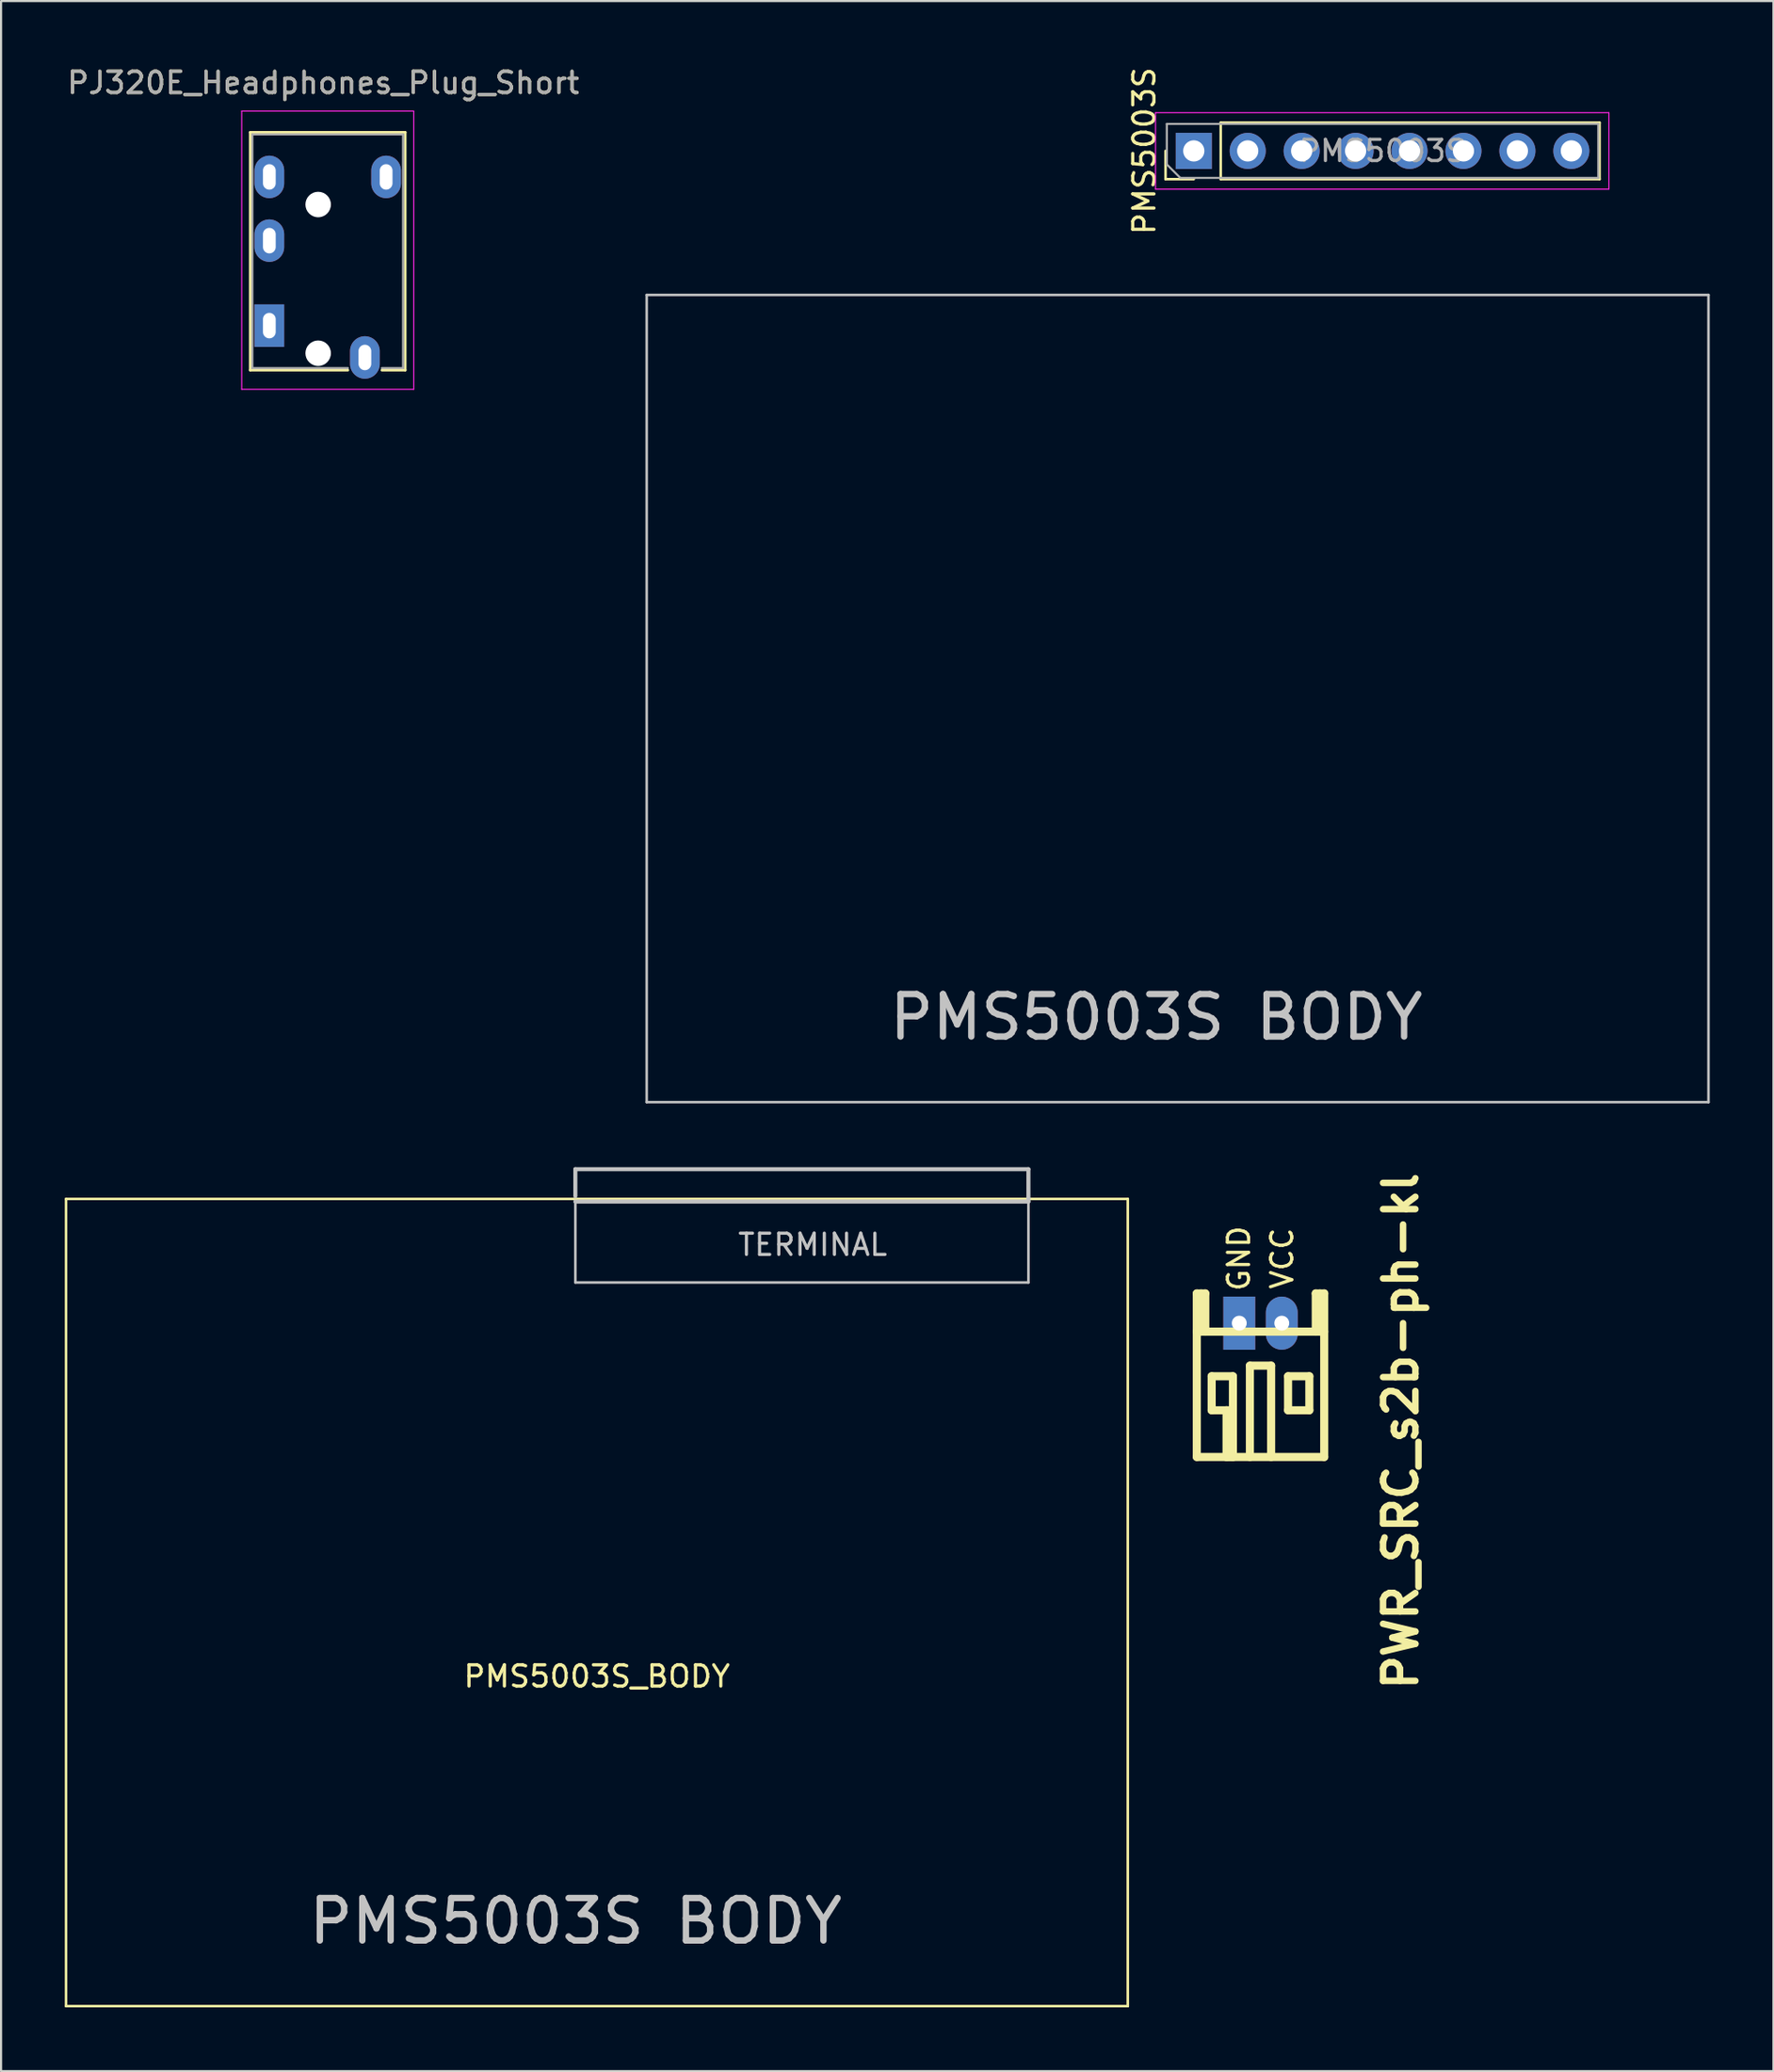
<source format=kicad_pcb>
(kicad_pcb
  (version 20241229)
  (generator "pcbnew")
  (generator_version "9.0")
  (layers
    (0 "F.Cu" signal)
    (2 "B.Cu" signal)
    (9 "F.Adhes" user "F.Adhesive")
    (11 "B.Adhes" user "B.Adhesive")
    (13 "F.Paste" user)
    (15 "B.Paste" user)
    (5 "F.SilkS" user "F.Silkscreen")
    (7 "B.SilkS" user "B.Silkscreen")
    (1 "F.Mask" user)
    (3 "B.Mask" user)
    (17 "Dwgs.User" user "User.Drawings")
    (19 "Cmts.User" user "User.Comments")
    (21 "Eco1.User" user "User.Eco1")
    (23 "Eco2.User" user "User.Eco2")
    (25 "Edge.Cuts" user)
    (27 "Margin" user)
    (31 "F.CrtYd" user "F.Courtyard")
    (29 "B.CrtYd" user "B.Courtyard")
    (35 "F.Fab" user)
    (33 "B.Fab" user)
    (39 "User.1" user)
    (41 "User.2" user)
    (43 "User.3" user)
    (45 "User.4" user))
  (footprint "PWR_SRC_s2b-ph-kl"
    (layer "F.Cu")
    (at 56.31 59.239)
    (property "Reference" "PWR_SRC_s2b-ph-kl" (at 6.604 5.08 270) (layer "F.SilkS") (effects (font (size 1.524 1.524) (thickness 0.305))))
    (attr through_hole)
    (fp_line (start -3 -1.4) (end -3 6.299) (stroke (width 0.381) (type solid)) (layer "F.SilkS"))
    (fp_line (start -3 6.299) (end 3 6.299) (stroke (width 0.381) (type solid)) (layer "F.SilkS"))
    (fp_line (start -2.799 -1.4) (end -2.799 0.399) (stroke (width 0.381) (type solid)) (layer "F.SilkS"))
    (fp_line (start -2.601 -1.4) (end -3 -1.4) (stroke (width 0.381) (type solid)) (layer "F.SilkS"))
    (fp_line (start -2.601 0.399) (end -2.601 -1.4) (stroke (width 0.381) (type solid)) (layer "F.SilkS"))
    (fp_line (start -2.301 2.499) (end -1.3 2.499) (stroke (width 0.381) (type solid)) (layer "F.SilkS"))
    (fp_line (start -2.301 4.1) (end -2.301 2.499) (stroke (width 0.381) (type solid)) (layer "F.SilkS"))
    (fp_line (start -1.6 6.299) (end -1.6 4.1) (stroke (width 0.381) (type solid)) (layer "F.SilkS"))
    (fp_line (start -1.3 2.499) (end -1.3 4.1) (stroke (width 0.381) (type solid)) (layer "F.SilkS"))
    (fp_line (start -1.3 4.1) (end -2.301 4.1) (stroke (width 0.381) (type solid)) (layer "F.SilkS"))
    (fp_line (start -1.3 4.1) (end -1.3 6.299) (stroke (width 0.381) (type solid)) (layer "F.SilkS"))
    (fp_line (start -1.3 6.299) (end -1.6 6.299) (stroke (width 0.381) (type solid)) (layer "F.SilkS"))
    (fp_line (start -0.5 1.999) (end -0.5 6.299) (stroke (width 0.381) (type solid)) (layer "F.SilkS"))
    (fp_line (start 0.5 1.999) (end -0.5 1.999) (stroke (width 0.381) (type solid)) (layer "F.SilkS"))
    (fp_line (start 0.5 1.999) (end 0.5 6.299) (stroke (width 0.381) (type solid)) (layer "F.SilkS"))
    (fp_line (start 1.298 2.499) (end 2.299 2.499) (stroke (width 0.381) (type solid)) (layer "F.SilkS"))
    (fp_line (start 1.298 4.1) (end 1.298 2.499) (stroke (width 0.381) (type solid)) (layer "F.SilkS"))
    (fp_line (start 2.299 2.499) (end 2.299 4.1) (stroke (width 0.381) (type solid)) (layer "F.SilkS"))
    (fp_line (start 2.299 4.1) (end 1.298 4.1) (stroke (width 0.381) (type solid)) (layer "F.SilkS"))
    (fp_line (start 2.601 -1.4) (end 2.601 0.399) (stroke (width 0.381) (type solid)) (layer "F.SilkS"))
    (fp_line (start 2.799 -1.4) (end 2.799 0.399) (stroke (width 0.381) (type solid)) (layer "F.SilkS"))
    (fp_line (start 3 -1.4) (end 2.601 -1.4) (stroke (width 0.381) (type solid)) (layer "F.SilkS"))
    (fp_line (start 3 0.399) (end -3 0.399) (stroke (width 0.381) (type solid)) (layer "F.SilkS"))
    (fp_line (start 3 6.299) (end 3 -1.4) (stroke (width 0.381) (type solid)) (layer "F.SilkS"))
    (fp_text user "GND" (at -1.016 -3.048 90) (layer "F.SilkS") (effects (font (size 1 1) (thickness 0.15))))
    (fp_text user "VCC" (at 1.016 -3.048 90) (layer "F.SilkS") (effects (font (size 1 1) (thickness 0.15))))
    (pad "1" thru_hole rect (at -1.001 0) (size 1.5 2.5) (drill 0.701) (layers "*.Cu" "*.Mask"))
    (pad "2" thru_hole oval (at 1.001 0) (size 1.5 2.5) (drill 0.701) (layers "*.Cu" "*.Mask")))
  (footprint "PMS5003S_BODY"
    (layer "F.Cu")
    (at 25.06 77.39)
    (property "Reference" "PMS5003S_BODY" (at 0 -1.524 180) (layer "F.SilkS") (effects (font (size 1 1) (thickness 0.15))))
    (attr through_hole)
    (fp_line (start -25 -24) (end -25 14) (stroke (width 0.12) (type solid)) (layer "F.SilkS"))
    (fp_line (start -25 -24) (end 25 -24) (stroke (width 0.12) (type solid)) (layer "F.SilkS"))
    (fp_line (start -25 14) (end 25 14) (stroke (width 0.12) (type solid)) (layer "F.SilkS"))
    (fp_line (start 25 -24) (end 25 14) (stroke (width 0.12) (type solid)) (layer "F.SilkS"))
    (fp_line (start -1.016 -25.4) (end 20.32 -25.4) (stroke (width 0.191) (type solid)) (layer "Dwgs.User"))
    (fp_line (start -1.016 -24.13) (end -1.016 -25.4) (stroke (width 0.191) (type solid)) (layer "Dwgs.User"))
    (fp_line (start -1.016 -23.876) (end -1.016 -20.066) (stroke (width 0.12) (type solid)) (layer "Dwgs.User"))
    (fp_line (start -1.016 -20.066) (end 20.32 -20.066) (stroke (width 0.12) (type solid)) (layer "Dwgs.User"))
    (fp_line (start 20.32 -25.4) (end 20.32 -23.876) (stroke (width 0.191) (type solid)) (layer "Dwgs.User"))
    (fp_line (start 20.32 -23.876) (end -1.016 -23.876) (stroke (width 0.191) (type solid)) (layer "Dwgs.User"))
    (fp_line (start 20.32 -20.066) (end 20.32 -23.876) (stroke (width 0.12) (type solid)) (layer "Dwgs.User"))
    (fp_text user "TERMINAL" (at 10.16 -21.844 0) (layer "Dwgs.User") (effects (font (size 1 1) (thickness 0.15))))
    (fp_text user "PMS5003S BODY" (at -1 10 0) (layer "Dwgs.User") (effects (font (size 2 2) (thickness 0.3)))))
  (footprint "PMS5003S"
    (layer "F.Cu")
    (at 52.405 34.835)
    (property "Reference" "PMS5003S" (at -1.568 -30.781 90) (layer "F.SilkS") (effects (font (size 1 1) (thickness 0.15))))
    (attr through_hole)
    (fp_line (start -0.568 -29.451) (end -0.568 -30.781) (stroke (width 0.12) (type solid)) (layer "F.SilkS"))
    (fp_line (start 0.762 -29.451) (end -0.568 -29.451) (stroke (width 0.12) (type solid)) (layer "F.SilkS"))
    (fp_line (start 2.032 -32.111) (end 19.872 -32.111) (stroke (width 0.12) (type solid)) (layer "F.SilkS"))
    (fp_line (start 2.032 -29.451) (end 2.032 -32.111) (stroke (width 0.12) (type solid)) (layer "F.SilkS"))
    (fp_line (start 2.032 -29.451) (end 19.872 -29.451) (stroke (width 0.12) (type solid)) (layer "F.SilkS"))
    (fp_line (start 19.872 -29.451) (end 19.872 -32.111) (stroke (width 0.12) (type solid)) (layer "F.SilkS"))
    (fp_line (start -25 -24) (end -25 14) (stroke (width 0.12) (type solid)) (layer "Dwgs.User"))
    (fp_line (start -25 -24) (end 25 -24) (stroke (width 0.12) (type solid)) (layer "Dwgs.User"))
    (fp_line (start -25 14) (end 25 14) (stroke (width 0.12) (type solid)) (layer "Dwgs.User"))
    (fp_line (start 25 -24) (end 25 14) (stroke (width 0.12) (type solid)) (layer "Dwgs.User"))
    (fp_line (start -1.038 -32.581) (end -1.038 -28.981) (stroke (width 0.05) (type solid)) (layer "F.CrtYd"))
    (fp_line (start -1.038 -28.981) (end 20.312 -28.981) (stroke (width 0.05) (type solid)) (layer "F.CrtYd"))
    (fp_line (start 20.312 -32.581) (end -1.038 -32.581) (stroke (width 0.05) (type solid)) (layer "F.CrtYd"))
    (fp_line (start 20.312 -28.981) (end 20.312 -32.581) (stroke (width 0.05) (type solid)) (layer "F.CrtYd"))
    (fp_line (start -0.508 -32.051) (end 19.812 -32.051) (stroke (width 0.1) (type solid)) (layer "F.Fab"))
    (fp_line (start -0.508 -30.146) (end -0.508 -32.051) (stroke (width 0.1) (type solid)) (layer "F.Fab"))
    (fp_line (start 0.127 -29.511) (end -0.508 -30.146) (stroke (width 0.1) (type solid)) (layer "F.Fab"))
    (fp_line (start 19.812 -32.051) (end 19.812 -29.511) (stroke (width 0.1) (type solid)) (layer "F.Fab"))
    (fp_line (start 19.812 -29.511) (end 0.127 -29.511) (stroke (width 0.1) (type solid)) (layer "F.Fab"))
    (fp_text user "PMS5003S BODY" (at -1 10 0) (layer "Dwgs.User") (effects (font (size 2 2) (thickness 0.3))))
    (fp_text user "${REFERENCE}" (at 9.652 -30.781 180) (layer "F.Fab") (effects (font (size 1 1) (thickness 0.15))))
    (pad "1" thru_hole rect (at 0.762 -30.781 90) (size 1.7 1.7) (drill 1) (layers "*.Cu" "*.Mask"))
    (pad "2" thru_hole oval (at 3.302 -30.781 90) (size 1.7 1.7) (drill 1) (layers "*.Cu" "*.Mask"))
    (pad "3" thru_hole oval (at 5.842 -30.781 90) (size 1.7 1.7) (drill 1) (layers "*.Cu" "*.Mask"))
    (pad "4" thru_hole oval (at 8.382 -30.781 90) (size 1.7 1.7) (drill 1) (layers "*.Cu" "*.Mask"))
    (pad "5" thru_hole oval (at 10.922 -30.781 90) (size 1.7 1.7) (drill 1) (layers "*.Cu" "*.Mask"))
    (pad "6" thru_hole oval (at 13.462 -30.781 90) (size 1.7 1.7) (drill 1) (layers "*.Cu" "*.Mask"))
    (pad "7" thru_hole oval (at 16.002 -30.781 90) (size 1.7 1.7) (drill 1) (layers "*.Cu" "*.Mask"))
    (pad "8" thru_hole oval (at 18.542 -30.781 90) (size 1.7 1.7) (drill 1) (layers "*.Cu" "*.Mask")))
  (footprint "PJ320E_Headphones_Plug_Short"
    (layer "F.Cu")
    (at 9.633 12.278)
    (property "Reference" "PJ320E_Headphones_Plug_Short" (at 2.54 -11.43 0) (layer "F.SilkS") (effects (font (size 1 1) (thickness 0.15))))
    (attr through_hole)
    (fp_line (start -0.9 -9.1) (end -0.9 2.1) (stroke (width 0.12) (type solid)) (layer "F.SilkS"))
    (fp_line (start -0.9 -9.1) (end 6.4 -9.1) (stroke (width 0.12) (type solid)) (layer "F.SilkS"))
    (fp_line (start -0.9 2.1) (end 3.7 2.1) (stroke (width 0.12) (type solid)) (layer "F.SilkS"))
    (fp_line (start 6.4 -9.1) (end 6.4 2.1) (stroke (width 0.12) (type solid)) (layer "F.SilkS"))
    (fp_line (start 6.4 2.1) (end 5.3 2.1) (stroke (width 0.12) (type solid)) (layer "F.SilkS"))
    (fp_line (start -1.3 -10.1) (end -1.3 3) (stroke (width 0.05) (type solid)) (layer "F.CrtYd"))
    (fp_line (start -1.3 -10.1) (end 6.8 -10.1) (stroke (width 0.05) (type solid)) (layer "F.CrtYd"))
    (fp_line (start -1.3 3) (end 6.8 3) (stroke (width 0.05) (type solid)) (layer "F.CrtYd"))
    (fp_line (start 6.8 -10.1) (end 6.8 3) (stroke (width 0.05) (type solid)) (layer "F.CrtYd"))
    (fp_line (start -0.8 -9) (end 6.3 -9) (stroke (width 0.1) (type solid)) (layer "F.Fab"))
    (fp_line (start -0.8 2) (end -0.8 -9) (stroke (width 0.1) (type solid)) (layer "F.Fab"))
    (fp_line (start 3.7 2) (end -0.8 2) (stroke (width 0.1) (type solid)) (layer "F.Fab"))
    (fp_line (start 6.3 -9) (end 6.3 2) (stroke (width 0.1) (type solid)) (layer "F.Fab"))
    (fp_line (start 6.3 2) (end 5.3 2) (stroke (width 0.1) (type solid)) (layer "F.Fab"))
    (fp_text user "${REFERENCE}" (at 2.54 -11.43 0) (layer "F.Fab") (effects (font (size 1 1) (thickness 0.15))))
    (pad "" np_thru_hole circle (at 2.3 -5.7 270) (size 1.2 1.2) (drill 1.2) (layers "*.Cu" "*.Mask"))
    (pad "" np_thru_hole circle (at 2.3 1.3 270) (size 1.2 1.2) (drill 1.2) (layers "*.Cu" "*.Mask"))
    (pad "1" thru_hole rect (at 0 0 270) (size 2 1.4) (drill oval 1.2 0.6) (layers "*.Cu" "*.Mask"))
    (pad "2" thru_hole oval (at 0 -4 270) (size 2 1.4) (drill oval 1.2 0.6) (layers "*.Cu" "*.Mask"))
    (pad "3" thru_hole oval (at 0 -7 270) (size 2 1.4) (drill oval 1.2 0.6) (layers "*.Cu" "*.Mask"))
    (pad "4" thru_hole oval (at 4.5 1.5 270) (size 2 1.4) (drill oval 1.2 0.6) (layers "*.Cu" "*.Mask"))
    (pad "5" thru_hole oval (at 5.5 -7 270) (size 2 1.4) (drill oval 1.2 0.6) (layers "*.Cu" "*.Mask")))
  (gr_rect
    (start -3 -3)
    (end 80.465 94.45)
    (stroke (width 0.1) (type default))
    (fill no)
    (layer "Edge.Cuts")))
</source>
